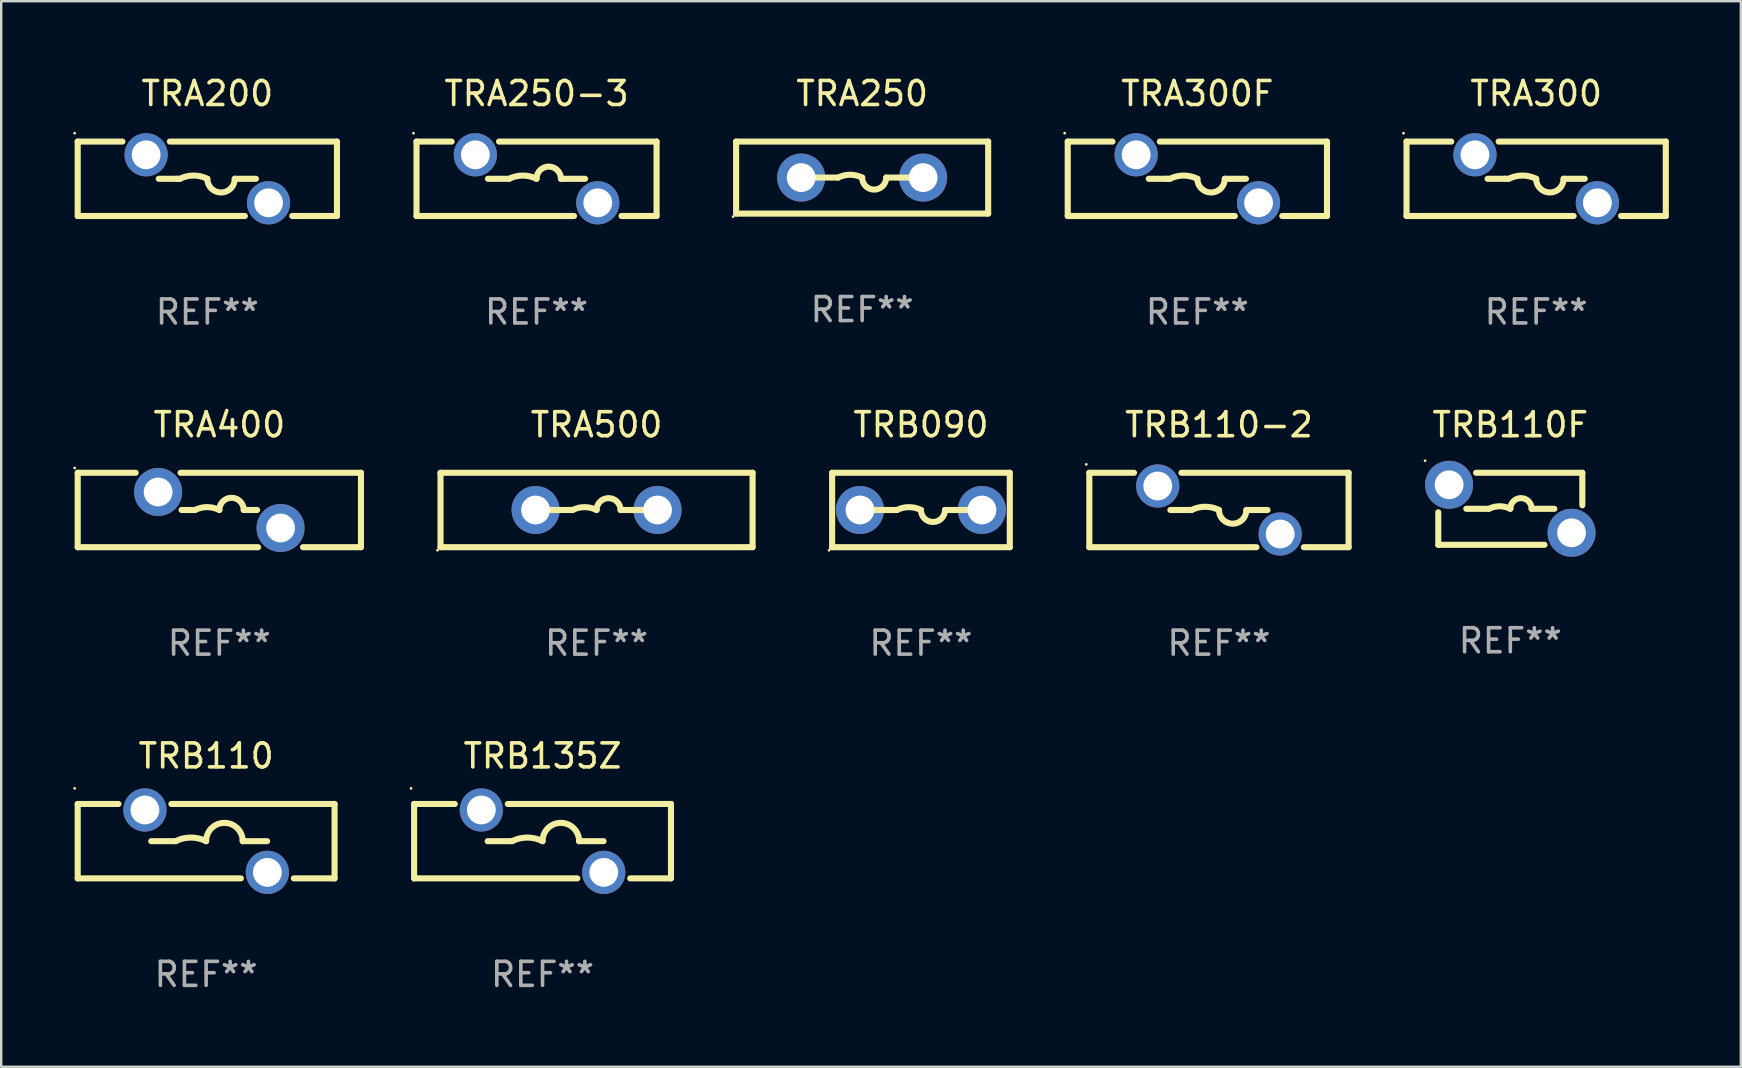
<source format=kicad_pcb>
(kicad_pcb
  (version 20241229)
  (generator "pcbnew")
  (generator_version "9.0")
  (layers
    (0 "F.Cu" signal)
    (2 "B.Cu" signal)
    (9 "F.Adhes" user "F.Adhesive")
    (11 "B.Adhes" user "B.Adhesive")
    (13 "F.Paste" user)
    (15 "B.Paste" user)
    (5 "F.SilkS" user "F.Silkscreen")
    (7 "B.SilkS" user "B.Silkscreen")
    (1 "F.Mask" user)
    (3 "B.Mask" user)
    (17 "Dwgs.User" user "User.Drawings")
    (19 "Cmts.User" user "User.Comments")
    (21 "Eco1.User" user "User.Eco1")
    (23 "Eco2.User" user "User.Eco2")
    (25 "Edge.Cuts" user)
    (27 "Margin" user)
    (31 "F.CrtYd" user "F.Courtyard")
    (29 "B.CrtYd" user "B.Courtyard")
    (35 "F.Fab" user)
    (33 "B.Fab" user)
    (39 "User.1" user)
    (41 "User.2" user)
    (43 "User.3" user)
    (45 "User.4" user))
  (footprint "TRA200"
    (layer "F.Cu")
    (at 5.587 4.398)
    (property "Reference" "TRA200" (at 0 -3.55 0) (layer "F.SilkS") (effects (font (size 1 1) (thickness 0.15))))
    (attr through_hole)
    (fp_line (start -5.4 -1.55) (end -3.538 -1.55) (stroke (width 0.254) (type solid)) (layer "F.SilkS"))
    (fp_line (start -5.4 1.55) (end -5.4 -1.55) (stroke (width 0.254) (type solid)) (layer "F.SilkS"))
    (fp_line (start -5.4 1.55) (end 1.562 1.55) (stroke (width 0.254) (type solid)) (layer "F.SilkS"))
    (fp_line (start -2.024 0) (end -1.143 0) (stroke (width 0.254) (type solid)) (layer "F.SilkS"))
    (fp_line (start -1.562 -1.55) (end 5.4 -1.55) (stroke (width 0.254) (type solid)) (layer "F.SilkS"))
    (fp_line (start 2.024 0) (end 1.143 0) (stroke (width 0.254) (type solid)) (layer "F.SilkS"))
    (fp_line (start 3.538 1.55) (end 5.4 1.55) (stroke (width 0.254) (type solid)) (layer "F.SilkS"))
    (fp_line (start 5.4 -1.55) (end 5.4 1.55) (stroke (width 0.254) (type solid)) (layer "F.SilkS"))
    (fp_arc (start -1.285243 0) (mid -1.280061 -0.005182) (end -1.274879 0) (stroke (width 0.254001) (type solid)) (layer "F.SilkS"))
    (fp_arc (start -1.143002 0) (mid -0.571501 -0.134913) (end 0 0) (stroke (width 0.254001) (type solid)) (layer "F.SilkS"))
    (fp_arc (start 1.143002 0) (mid 0.571501 0.571501) (end 0 0) (stroke (width 0.254001) (type solid)) (layer "F.SilkS"))
    (fp_circle (center -5.527 -1.9) (end -5.497 -1.9) (stroke (width 0.06) (type solid)) (fill no) (layer "F.SilkS"))
    (fp_text user "REF**" (at 0 5.55 0) (layer "F.Fab") (effects (font (size 1 1) (thickness 0.15))))
    (pad "1" thru_hole circle (at -2.55 -1) (size 1.8 1.8) (drill 1.2) (layers "*.Cu" "*.Mask"))
    (pad "2" thru_hole circle (at 2.55 1) (size 1.8 1.8) (drill 1.2) (layers "*.Cu" "*.Mask")))
  (footprint "TRB135Z"
    (layer "F.Cu")
    (at 19.551 31.991)
    (property "Reference" "TRB135Z" (at 0 -3.55 0) (layer "F.SilkS") (effects (font (size 1 1) (thickness 0.15))))
    (attr through_hole)
    (fp_line (start -5.35 -1.55) (end -3.653 -1.55) (stroke (width 0.254) (type solid)) (layer "F.SilkS"))
    (fp_line (start -5.35 1.55) (end -5.35 -1.55) (stroke (width 0.254) (type solid)) (layer "F.SilkS"))
    (fp_line (start -5.35 1.55) (end 1.447 1.55) (stroke (width 0.254) (type solid)) (layer "F.SilkS"))
    (fp_line (start -2.286 0) (end -1.27 0) (stroke (width 0.254) (type solid)) (layer "F.SilkS"))
    (fp_line (start -1.447 -1.55) (end 5.35 -1.55) (stroke (width 0.254) (type solid)) (layer "F.SilkS"))
    (fp_line (start 2.54 0) (end 1.524 0) (stroke (width 0.254) (type solid)) (layer "F.SilkS"))
    (fp_line (start 3.653 1.55) (end 5.35 1.55) (stroke (width 0.254) (type solid)) (layer "F.SilkS"))
    (fp_line (start 5.35 -1.55) (end 5.35 1.55) (stroke (width 0.254) (type solid)) (layer "F.SilkS"))
    (fp_arc (start -1.270003 0) (mid -0.635001 -0.149904) (end 0 0) (stroke (width 0.254001) (type solid)) (layer "F.SilkS"))
    (fp_arc (start 0.000001 0) (mid 0.762002 -0.762001) (end 1.524003 0) (stroke (width 0.254001) (type solid)) (layer "F.SilkS"))
    (fp_circle (center -5.477 -2.2) (end -5.447 -2.2) (stroke (width 0.06) (type solid)) (fill no) (layer "F.SilkS"))
    (fp_text user "REF**" (at 0 5.55 0) (layer "F.Fab") (effects (font (size 1 1) (thickness 0.15))))
    (pad "1" thru_hole circle (at -2.55 -1.3) (size 1.8 1.8) (drill 1.2) (layers "*.Cu" "*.Mask"))
    (pad "2" thru_hole circle (at 2.55 1.3) (size 1.8 1.8) (drill 1.2) (layers "*.Cu" "*.Mask")))
  (footprint "TRB110F"
    (layer "F.Cu")
    (at 59.866 18.145)
    (property "Reference" "TRB110F" (at 0 -3.5 0) (layer "F.SilkS") (effects (font (size 1 1) (thickness 0.15))))
    (attr through_hole)
    (fp_line (start -3 1.5) (end -3 0.146) (stroke (width 0.254) (type solid)) (layer "F.SilkS"))
    (fp_line (start -3 1.5) (end 1.425 1.5) (stroke (width 0.254) (type solid)) (layer "F.SilkS"))
    (fp_line (start -1.834 0) (end -0.889 0) (stroke (width 0.254) (type solid)) (layer "F.SilkS"))
    (fp_line (start 1.834 0) (end 0.889 0) (stroke (width 0.254) (type solid)) (layer "F.SilkS"))
    (fp_line (start 3 -1.5) (end -1.425 -1.5) (stroke (width 0.254) (type solid)) (layer "F.SilkS"))
    (fp_line (start 3 -1.5) (end 3 -0.146) (stroke (width 0.254) (type solid)) (layer "F.SilkS"))
    (fp_arc (start -0.889002 0) (mid -0.444501 -0.104932) (end 0 0) (stroke (width 0.254001) (type solid)) (layer "F.SilkS"))
    (fp_arc (start 0 0) (mid 0.444501 -0.444501) (end 0.889002 0) (stroke (width 0.254001) (type solid)) (layer "F.SilkS"))
    (fp_circle (center -3.55 -2) (end -3.52 -2) (stroke (width 0.06) (type solid)) (fill no) (layer "F.SilkS"))
    (fp_text user "REF**" (at 0 5.5 0) (layer "F.Fab") (effects (font (size 1 1) (thickness 0.15))))
    (pad "1" thru_hole circle (at -2.55 -1) (size 2 2) (drill 1.2) (layers "*.Cu" "*.Mask"))
    (pad "2" thru_hole circle (at 2.55 1) (size 2 2) (drill 1.2) (layers "*.Cu" "*.Mask")))
  (footprint "TRB110-2"
    (layer "F.Cu")
    (at 47.729 18.195)
    (property "Reference" "TRB110-2" (at 0 -3.55 0) (layer "F.SilkS") (effects (font (size 1 1) (thickness 0.15))))
    (attr through_hole)
    (fp_line (start -5.4 -1.55) (end -3.538 -1.55) (stroke (width 0.254) (type solid)) (layer "F.SilkS"))
    (fp_line (start -5.4 1.55) (end -5.4 -1.55) (stroke (width 0.254) (type solid)) (layer "F.SilkS"))
    (fp_line (start -5.4 1.55) (end 1.562 1.55) (stroke (width 0.254) (type solid)) (layer "F.SilkS"))
    (fp_line (start -2.024 0) (end -1.143 0) (stroke (width 0.254) (type solid)) (layer "F.SilkS"))
    (fp_line (start -1.562 -1.55) (end 5.4 -1.55) (stroke (width 0.254) (type solid)) (layer "F.SilkS"))
    (fp_line (start 2.024 0) (end 1.143 0) (stroke (width 0.254) (type solid)) (layer "F.SilkS"))
    (fp_line (start 3.538 1.55) (end 5.4 1.55) (stroke (width 0.254) (type solid)) (layer "F.SilkS"))
    (fp_line (start 5.4 -1.55) (end 5.4 1.55) (stroke (width 0.254) (type solid)) (layer "F.SilkS"))
    (fp_arc (start -1.285243 0) (mid -1.280061 -0.005182) (end -1.274879 0) (stroke (width 0.254001) (type solid)) (layer "F.SilkS"))
    (fp_arc (start -1.143002 0) (mid -0.571501 -0.134913) (end 0 0) (stroke (width 0.254001) (type solid)) (layer "F.SilkS"))
    (fp_arc (start 1.143002 0) (mid 0.571501 0.571501) (end 0 0) (stroke (width 0.254001) (type solid)) (layer "F.SilkS"))
    (fp_circle (center -5.527 -1.9) (end -5.497 -1.9) (stroke (width 0.06) (type solid)) (fill no) (layer "F.SilkS"))
    (fp_text user "REF**" (at 0 5.55 0) (layer "F.Fab") (effects (font (size 1 1) (thickness 0.15))))
    (pad "1" thru_hole circle (at -2.55 -1) (size 1.8 1.8) (drill 1.2) (layers "*.Cu" "*.Mask"))
    (pad "2" thru_hole circle (at 2.55 1) (size 1.8 1.8) (drill 1.2) (layers "*.Cu" "*.Mask")))
  (footprint "TRA400"
    (layer "F.Cu")
    (at 6.087 18.195)
    (property "Reference" "TRA400" (at 0 -3.55 0) (layer "F.SilkS") (effects (font (size 1 1) (thickness 0.15))))
    (attr through_hole)
    (fp_line (start -5.9 -1.55) (end -3.485 -1.55) (stroke (width 0.254) (type solid)) (layer "F.SilkS"))
    (fp_line (start -5.9 1.55) (end -5.9 -1.55) (stroke (width 0.254) (type solid)) (layer "F.SilkS"))
    (fp_line (start -5.9 1.55) (end 1.615 1.55) (stroke (width 0.254) (type solid)) (layer "F.SilkS"))
    (fp_line (start -1.615 -1.55) (end 5.9 -1.55) (stroke (width 0.254) (type solid)) (layer "F.SilkS"))
    (fp_line (start -1.574 0) (end -1.016 0) (stroke (width 0.254) (type solid)) (layer "F.SilkS"))
    (fp_line (start 1.574 0) (end 1.016 0) (stroke (width 0.254) (type solid)) (layer "F.SilkS"))
    (fp_line (start 3.485 1.55) (end 5.9 1.55) (stroke (width 0.254) (type solid)) (layer "F.SilkS"))
    (fp_line (start 5.9 -1.55) (end 5.9 1.55) (stroke (width 0.254) (type solid)) (layer "F.SilkS"))
    (fp_arc (start -1.016002 0) (mid -0.508001 -0.119923) (end 0 0) (stroke (width 0.254001) (type solid)) (layer "F.SilkS"))
    (fp_arc (start 0 0) (mid 0.508001 -0.508001) (end 1.016002 0) (stroke (width 0.254001) (type solid)) (layer "F.SilkS"))
    (fp_circle (center -6.027 -1.75) (end -5.997 -1.75) (stroke (width 0.06) (type solid)) (fill no) (layer "F.SilkS"))
    (fp_text user "REF**" (at 0 5.55 0) (layer "F.Fab") (effects (font (size 1 1) (thickness 0.15))))
    (pad "1" thru_hole circle (at -2.55 -0.75) (size 2 2) (drill 1.2) (layers "*.Cu" "*.Mask"))
    (pad "2" thru_hole circle (at 2.55 0.75) (size 2 2) (drill 1.2) (layers "*.Cu" "*.Mask")))
  (footprint "TRA250-3"
    (layer "F.Cu")
    (at 19.301 4.398)
    (property "Reference" "TRA250-3" (at 0 -3.55 0) (layer "F.SilkS") (effects (font (size 1 1) (thickness 0.15))))
    (attr through_hole)
    (fp_line (start -5 1.55) (end -5 -1.55) (stroke (width 0.254) (type solid)) (layer "F.SilkS"))
    (fp_line (start -5 1.55) (end 1.562 1.55) (stroke (width 0.254) (type solid)) (layer "F.SilkS"))
    (fp_line (start -5 -1.55) (end -3.538 -1.55) (stroke (width 0.254) (type solid)) (layer "F.SilkS"))
    (fp_line (start -2.024 0) (end -1.143 0) (stroke (width 0.254) (type solid)) (layer "F.SilkS"))
    (fp_line (start -1.562 -1.55) (end 5 -1.55) (stroke (width 0.254) (type solid)) (layer "F.SilkS"))
    (fp_line (start 2.024 0) (end 1.016 0) (stroke (width 0.254) (type solid)) (layer "F.SilkS"))
    (fp_line (start 3.538 1.55) (end 5 1.55) (stroke (width 0.254) (type solid)) (layer "F.SilkS"))
    (fp_line (start 5 -1.55) (end 5 1.55) (stroke (width 0.254) (type solid)) (layer "F.SilkS"))
    (fp_arc (start -1.143002 0) (mid -0.571501 -0.134913) (end 0 0) (stroke (width 0.254001) (type solid)) (layer "F.SilkS"))
    (fp_arc (start 0 0) (mid 0.508001 -0.508001) (end 1.016002 0) (stroke (width 0.254001) (type solid)) (layer "F.SilkS"))
    (fp_circle (center -5.127 -1.9) (end -5.097 -1.9) (stroke (width 0.06) (type solid)) (fill no) (layer "F.SilkS"))
    (fp_text user "REF**" (at 0 5.55 0) (layer "F.Fab") (effects (font (size 1 1) (thickness 0.15))))
    (pad "1" thru_hole circle (at -2.55 -1) (size 1.8 1.8) (drill 1.2) (layers "*.Cu" "*.Mask"))
    (pad "2" thru_hole circle (at 2.55 1) (size 1.8 1.8) (drill 1.2) (layers "*.Cu" "*.Mask")))
  (footprint "TRB110"
    (layer "F.Cu")
    (at 5.537 31.991)
    (property "Reference" "TRB110" (at 0 -3.55 0) (layer "F.SilkS") (effects (font (size 1 1) (thickness 0.15))))
    (attr through_hole)
    (fp_line (start -5.35 -1.55) (end -3.653 -1.55) (stroke (width 0.254) (type solid)) (layer "F.SilkS"))
    (fp_line (start -5.35 1.55) (end -5.35 -1.55) (stroke (width 0.254) (type solid)) (layer "F.SilkS"))
    (fp_line (start -5.35 1.55) (end 1.447 1.55) (stroke (width 0.254) (type solid)) (layer "F.SilkS"))
    (fp_line (start -2.286 0) (end -1.27 0) (stroke (width 0.254) (type solid)) (layer "F.SilkS"))
    (fp_line (start -1.447 -1.55) (end 5.35 -1.55) (stroke (width 0.254) (type solid)) (layer "F.SilkS"))
    (fp_line (start 2.54 0) (end 1.524 0) (stroke (width 0.254) (type solid)) (layer "F.SilkS"))
    (fp_line (start 3.653 1.55) (end 5.35 1.55) (stroke (width 0.254) (type solid)) (layer "F.SilkS"))
    (fp_line (start 5.35 -1.55) (end 5.35 1.55) (stroke (width 0.254) (type solid)) (layer "F.SilkS"))
    (fp_arc (start -1.270003 0) (mid -0.635001 -0.149904) (end 0 0) (stroke (width 0.254001) (type solid)) (layer "F.SilkS"))
    (fp_arc (start 0.000001 0) (mid 0.762002 -0.762001) (end 1.524003 0) (stroke (width 0.254001) (type solid)) (layer "F.SilkS"))
    (fp_circle (center -5.477 -2.2) (end -5.447 -2.2) (stroke (width 0.06) (type solid)) (fill no) (layer "F.SilkS"))
    (fp_text user "REF**" (at 0 5.55 0) (layer "F.Fab") (effects (font (size 1 1) (thickness 0.15))))
    (pad "1" thru_hole circle (at -2.55 -1.3) (size 1.8 1.8) (drill 1.2) (layers "*.Cu" "*.Mask"))
    (pad "2" thru_hole circle (at 2.55 1.3) (size 1.8 1.8) (drill 1.2) (layers "*.Cu" "*.Mask")))
  (footprint "TRB090"
    (layer "F.Cu")
    (at 35.315 18.195)
    (property "Reference" "TRB090" (at 0 -3.55 0) (layer "F.SilkS") (effects (font (size 1 1) (thickness 0.15))))
    (attr through_hole)
    (fp_line (start -3.7 -1.55) (end 3.7 -1.55) (stroke (width 0.254) (type solid)) (layer "F.SilkS"))
    (fp_line (start -3.7 1.55) (end -3.7 -1.55) (stroke (width 0.254) (type solid)) (layer "F.SilkS"))
    (fp_line (start -1 0) (end -2 0) (stroke (width 0.254) (type solid)) (layer "F.SilkS"))
    (fp_line (start 1 0) (end 2 0) (stroke (width 0.254) (type solid)) (layer "F.SilkS"))
    (fp_line (start 3.7 -1.55) (end 3.7 1.55) (stroke (width 0.254) (type solid)) (layer "F.SilkS"))
    (fp_line (start 3.7 1.55) (end -3.7 1.55) (stroke (width 0.254) (type solid)) (layer "F.SilkS"))
    (fp_arc (start -1.000762 0) (mid -0.500381 -0.118151) (end 0 0) (stroke (width 0.254001) (type solid)) (layer "F.SilkS"))
    (fp_arc (start 1.000762 0) (mid 0.500381 0.500127) (end 0 0) (stroke (width 0.254001) (type solid)) (layer "F.SilkS"))
    (fp_circle (center -3.827 1.677) (end -3.797 1.677) (stroke (width 0.06) (type solid)) (fill no) (layer "F.SilkS"))
    (fp_text user "REF**" (at 0 5.55 0) (layer "F.Fab") (effects (font (size 1 1) (thickness 0.15))))
    (pad "1" thru_hole circle (at -2.54 0) (size 2 2) (drill 1.2) (layers "*.Cu" "*.Mask"))
    (pad "2" thru_hole circle (at 2.54 0) (size 2 2) (drill 1.2) (layers "*.Cu" "*.Mask")))
  (footprint "TRA300"
    (layer "F.Cu")
    (at 60.943 4.398)
    (property "Reference" "TRA300" (at 0 -3.55 0) (layer "F.SilkS") (effects (font (size 1 1) (thickness 0.15))))
    (attr through_hole)
    (fp_line (start -5.4 -1.55) (end -3.538 -1.55) (stroke (width 0.254) (type solid)) (layer "F.SilkS"))
    (fp_line (start -5.4 1.55) (end -5.4 -1.55) (stroke (width 0.254) (type solid)) (layer "F.SilkS"))
    (fp_line (start -5.4 1.55) (end 1.562 1.55) (stroke (width 0.254) (type solid)) (layer "F.SilkS"))
    (fp_line (start -2.024 0) (end -1.143 0) (stroke (width 0.254) (type solid)) (layer "F.SilkS"))
    (fp_line (start -1.562 -1.55) (end 5.4 -1.55) (stroke (width 0.254) (type solid)) (layer "F.SilkS"))
    (fp_line (start 2.024 0) (end 1.143 0) (stroke (width 0.254) (type solid)) (layer "F.SilkS"))
    (fp_line (start 3.538 1.55) (end 5.4 1.55) (stroke (width 0.254) (type solid)) (layer "F.SilkS"))
    (fp_line (start 5.4 -1.55) (end 5.4 1.55) (stroke (width 0.254) (type solid)) (layer "F.SilkS"))
    (fp_arc (start -1.285243 0) (mid -1.280061 -0.005182) (end -1.274879 0) (stroke (width 0.254001) (type solid)) (layer "F.SilkS"))
    (fp_arc (start -1.143002 0) (mid -0.571501 -0.134913) (end 0 0) (stroke (width 0.254001) (type solid)) (layer "F.SilkS"))
    (fp_arc (start 1.143002 0) (mid 0.571501 0.571501) (end 0 0) (stroke (width 0.254001) (type solid)) (layer "F.SilkS"))
    (fp_circle (center -5.527 -1.9) (end -5.497 -1.9) (stroke (width 0.06) (type solid)) (fill no) (layer "F.SilkS"))
    (fp_text user "REF**" (at 0 5.55 0) (layer "F.Fab") (effects (font (size 1 1) (thickness 0.15))))
    (pad "1" thru_hole circle (at -2.55 -1) (size 1.8 1.8) (drill 1.2) (layers "*.Cu" "*.Mask"))
    (pad "2" thru_hole circle (at 2.55 1) (size 1.8 1.8) (drill 1.2) (layers "*.Cu" "*.Mask")))
  (footprint "TRA250"
    (layer "F.Cu")
    (at 32.865 4.348)
    (property "Reference" "TRA250" (at 0 -3.5 0) (layer "F.SilkS") (effects (font (size 1 1) (thickness 0.15))))
    (attr through_hole)
    (fp_line (start -5.25 -1.5) (end 5.25 -1.5) (stroke (width 0.254) (type solid)) (layer "F.SilkS"))
    (fp_line (start -5.25 1.5) (end -5.25 -1.5) (stroke (width 0.254) (type solid)) (layer "F.SilkS"))
    (fp_line (start -1 -0.000127) (end -2 -0.000127) (stroke (width 0.254) (type solid)) (layer "F.SilkS"))
    (fp_line (start 1 -0.000127) (end 2 -0.000127) (stroke (width 0.254) (type solid)) (layer "F.SilkS"))
    (fp_line (start 5.25 -1.5) (end 5.25 1.5) (stroke (width 0.254) (type solid)) (layer "F.SilkS"))
    (fp_line (start 5.25 1.5) (end -5.25 1.5) (stroke (width 0.254) (type solid)) (layer "F.SilkS"))
    (fp_arc (start -1 -0.000127) (mid -0.5 -0.118148) (end 0 -0.000127) (stroke (width 0.254001) (type solid)) (layer "F.SilkS"))
    (fp_arc (start 1.000762 -0.000127) (mid 0.500381 0.5) (end 0 -0.000127) (stroke (width 0.254001) (type solid)) (layer "F.SilkS"))
    (fp_circle (center -5.377 1.627) (end -5.347 1.627) (stroke (width 0.06) (type solid)) (fill no) (layer "F.SilkS"))
    (fp_text user "REF**" (at 0 5.5 0) (layer "F.Fab") (effects (font (size 1 1) (thickness 0.15))))
    (pad "1" thru_hole circle (at -2.54 -0.000127) (size 2 2) (drill 1.2) (layers "*.Cu" "*.Mask"))
    (pad "2" thru_hole circle (at 2.54 -0.000127) (size 2 2) (drill 1.2) (layers "*.Cu" "*.Mask")))
  (footprint "TRA500"
    (layer "F.Cu")
    (at 21.801 18.195)
    (property "Reference" "TRA500" (at 0 -3.55 0) (layer "F.SilkS") (effects (font (size 1 1) (thickness 0.15))))
    (attr through_hole)
    (fp_line (start -6.5 -1.55) (end 6.5 -1.55) (stroke (width 0.254) (type solid)) (layer "F.SilkS"))
    (fp_line (start -6.5 1.55) (end -6.5 -1.55) (stroke (width 0.254) (type solid)) (layer "F.SilkS"))
    (fp_line (start -1 -0.000127) (end -2 -0.000127) (stroke (width 0.254) (type solid)) (layer "F.SilkS"))
    (fp_line (start 1 -0.000127) (end 2 -0.000127) (stroke (width 0.254) (type solid)) (layer "F.SilkS"))
    (fp_line (start 6.5 -1.55) (end 6.5 1.55) (stroke (width 0.254) (type solid)) (layer "F.SilkS"))
    (fp_line (start 6.5 1.55) (end -6.5 1.55) (stroke (width 0.254) (type solid)) (layer "F.SilkS"))
    (fp_arc (start -1.000127 -0.000127) (mid -0.500127 -0.118148) (end -0.000127 -0.000127) (stroke (width 0.254001) (type solid)) (layer "F.SilkS"))
    (fp_arc (start -0.000127 -0.000127) (mid 0.500254 -0.5) (end 1.000635 -0.000127) (stroke (width 0.254001) (type solid)) (layer "F.SilkS"))
    (fp_circle (center -6.627 1.677) (end -6.597 1.677) (stroke (width 0.06) (type solid)) (fill no) (layer "F.SilkS"))
    (fp_text user "REF**" (at 0 5.55 0) (layer "F.Fab") (effects (font (size 1 1) (thickness 0.15))))
    (pad "1" thru_hole circle (at -2.54 -0.000127) (size 2 2) (drill 1.2) (layers "*.Cu" "*.Mask"))
    (pad "2" thru_hole circle (at 2.54 -0.000127) (size 2 2) (drill 1.2) (layers "*.Cu" "*.Mask")))
  (footprint "TRA300F"
    (layer "F.Cu")
    (at 46.829 4.398)
    (property "Reference" "TRA300F" (at 0 -3.55 0) (layer "F.SilkS") (effects (font (size 1 1) (thickness 0.15))))
    (attr through_hole)
    (fp_line (start -5.4 -1.55) (end -3.538 -1.55) (stroke (width 0.254) (type solid)) (layer "F.SilkS"))
    (fp_line (start -5.4 1.55) (end -5.4 -1.55) (stroke (width 0.254) (type solid)) (layer "F.SilkS"))
    (fp_line (start -5.4 1.55) (end 1.562 1.55) (stroke (width 0.254) (type solid)) (layer "F.SilkS"))
    (fp_line (start -2.024 0) (end -1.143 0) (stroke (width 0.254) (type solid)) (layer "F.SilkS"))
    (fp_line (start -1.562 -1.55) (end 5.4 -1.55) (stroke (width 0.254) (type solid)) (layer "F.SilkS"))
    (fp_line (start 2.024 0) (end 1.143 0) (stroke (width 0.254) (type solid)) (layer "F.SilkS"))
    (fp_line (start 3.538 1.55) (end 5.4 1.55) (stroke (width 0.254) (type solid)) (layer "F.SilkS"))
    (fp_line (start 5.4 -1.55) (end 5.4 1.55) (stroke (width 0.254) (type solid)) (layer "F.SilkS"))
    (fp_arc (start -1.285243 0) (mid -1.280061 -0.005182) (end -1.274879 0) (stroke (width 0.254001) (type solid)) (layer "F.SilkS"))
    (fp_arc (start -1.143002 0) (mid -0.571501 -0.134913) (end 0 0) (stroke (width 0.254001) (type solid)) (layer "F.SilkS"))
    (fp_arc (start 1.143002 0) (mid 0.571501 0.571501) (end 0 0) (stroke (width 0.254001) (type solid)) (layer "F.SilkS"))
    (fp_circle (center -5.527 -1.9) (end -5.497 -1.9) (stroke (width 0.06) (type solid)) (fill no) (layer "F.SilkS"))
    (fp_text user "REF**" (at 0 5.55 0) (layer "F.Fab") (effects (font (size 1 1) (thickness 0.15))))
    (pad "1" thru_hole circle (at -2.55 -1) (size 1.8 1.8) (drill 1.2) (layers "*.Cu" "*.Mask"))
    (pad "2" thru_hole circle (at 2.55 1) (size 1.8 1.8) (drill 1.2) (layers "*.Cu" "*.Mask")))
  (gr_rect
    (start -3 -3)
    (end 69.47 41.389)
    (stroke (width 0.1) (type default))
    (fill no)
    (layer "Edge.Cuts")))
</source>
